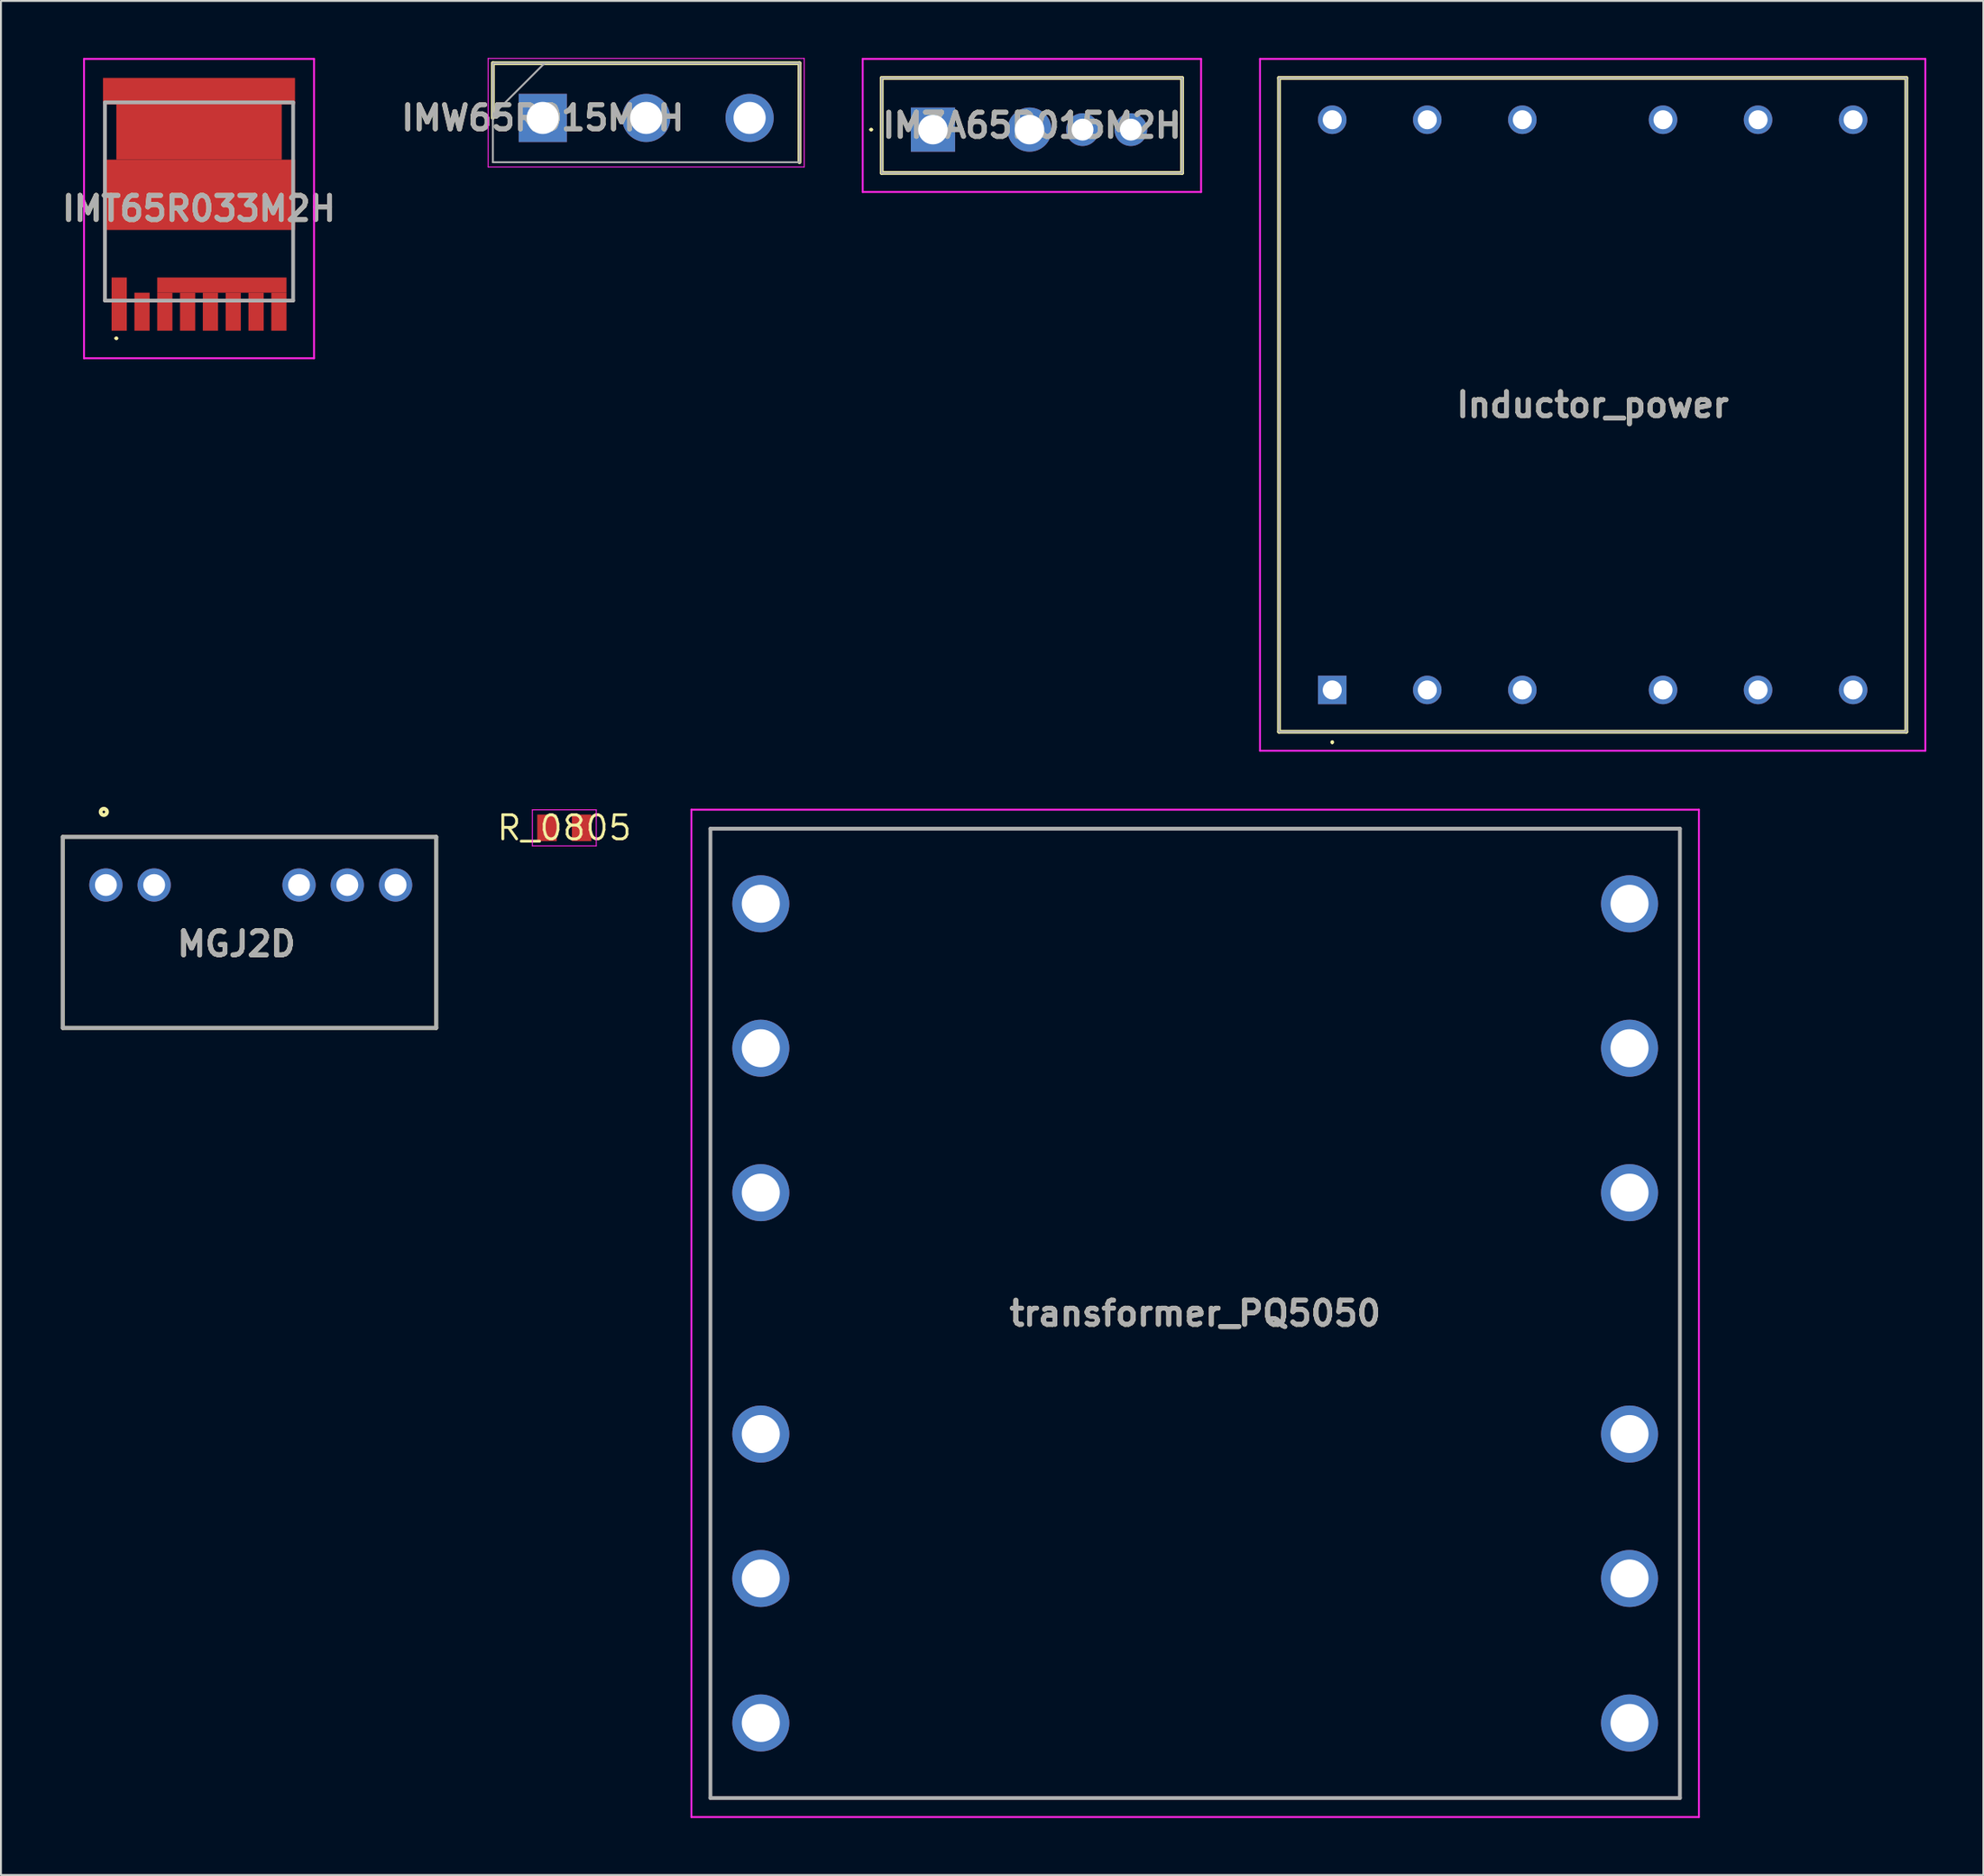
<source format=kicad_pcb>
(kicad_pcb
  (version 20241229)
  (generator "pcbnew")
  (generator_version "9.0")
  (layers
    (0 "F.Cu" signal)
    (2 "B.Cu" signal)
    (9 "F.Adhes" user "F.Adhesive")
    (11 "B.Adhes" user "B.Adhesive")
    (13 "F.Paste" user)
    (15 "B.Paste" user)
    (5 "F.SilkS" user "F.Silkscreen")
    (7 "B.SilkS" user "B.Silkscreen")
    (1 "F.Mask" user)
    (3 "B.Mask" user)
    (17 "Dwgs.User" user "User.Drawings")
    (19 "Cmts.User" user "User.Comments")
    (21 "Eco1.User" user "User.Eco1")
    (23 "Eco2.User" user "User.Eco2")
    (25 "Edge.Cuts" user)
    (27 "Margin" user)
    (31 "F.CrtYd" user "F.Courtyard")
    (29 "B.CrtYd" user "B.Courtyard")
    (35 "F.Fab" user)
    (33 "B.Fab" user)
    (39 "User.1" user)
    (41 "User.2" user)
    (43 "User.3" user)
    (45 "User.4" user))
  (footprint "transformer_PQ5050"
    (layer "F.Cu")
    (at 36.972 44.5)
    (property "Reference" "transformer_PQ5050" (at 22.85 21.55 0) (layer "F.SilkS") (effects (font (size 1.27 1.27) (thickness 0.254))))
    (attr through_hole)
    (fp_line (start -2.65 -3.95) (end 48.35 -3.95) (stroke (width 0.1) (type solid)) (layer "F.SilkS"))
    (fp_line (start -2.65 47.05) (end -2.65 -3.95) (stroke (width 0.1) (type solid)) (layer "F.SilkS"))
    (fp_line (start 48.35 -3.95) (end 48.35 47.05) (stroke (width 0.1) (type solid)) (layer "F.SilkS"))
    (fp_line (start 48.35 47.05) (end -2.65 47.05) (stroke (width 0.1) (type solid)) (layer "F.SilkS"))
    (fp_line (start -3.65 -4.95) (end 49.35 -4.95) (stroke (width 0.1) (type solid)) (layer "F.CrtYd"))
    (fp_line (start -3.65 48.05) (end -3.65 -4.95) (stroke (width 0.1) (type solid)) (layer "F.CrtYd"))
    (fp_line (start 49.35 -4.95) (end 49.35 48.05) (stroke (width 0.1) (type solid)) (layer "F.CrtYd"))
    (fp_line (start 49.35 48.05) (end -3.65 48.05) (stroke (width 0.1) (type solid)) (layer "F.CrtYd"))
    (fp_line (start -2.65 -3.95) (end 48.35 -3.95) (stroke (width 0.2) (type solid)) (layer "F.Fab"))
    (fp_line (start -2.65 47.05) (end -2.65 -3.95) (stroke (width 0.2) (type solid)) (layer "F.Fab"))
    (fp_line (start 48.35 -3.95) (end 48.35 47.05) (stroke (width 0.2) (type solid)) (layer "F.Fab"))
    (fp_line (start 48.35 47.05) (end -2.65 47.05) (stroke (width 0.2) (type solid)) (layer "F.Fab"))
    (fp_text user "${REFERENCE}" (at 22.85 21.55 0) (layer "F.Fab") (effects (font (size 1.27 1.27) (thickness 0.254))))
    (pad "1" thru_hole circle (at 0 0) (size 3 3) (drill 2) (layers "*.Cu" "*.Mask"))
    (pad "2" thru_hole circle (at 0 7.6) (size 3 3) (drill 2) (layers "*.Cu" "*.Mask"))
    (pad "3" thru_hole circle (at 0 15.2) (size 3 3) (drill 2) (layers "*.Cu" "*.Mask"))
    (pad "4" thru_hole circle (at 0 27.9) (size 3 3) (drill 2) (layers "*.Cu" "*.Mask"))
    (pad "5" thru_hole circle (at 0 35.5) (size 3 3) (drill 2) (layers "*.Cu" "*.Mask"))
    (pad "6" thru_hole circle (at 0 43.1) (size 3 3) (drill 2) (layers "*.Cu" "*.Mask"))
    (pad "7" thru_hole circle (at 45.7 43.1) (size 3 3) (drill 2) (layers "*.Cu" "*.Mask"))
    (pad "8" thru_hole circle (at 45.7 35.5) (size 3 3) (drill 2) (layers "*.Cu" "*.Mask"))
    (pad "9" thru_hole circle (at 45.7 27.9) (size 3 3) (drill 2) (layers "*.Cu" "*.Mask"))
    (pad "10" thru_hole circle (at 45.7 15.2) (size 3 3) (drill 2) (layers "*.Cu" "*.Mask"))
    (pad "11" thru_hole circle (at 45.7 7.6) (size 3 3) (drill 2) (layers "*.Cu" "*.Mask"))
    (pad "12" thru_hole circle (at 45.7 0) (size 3 3) (drill 2) (layers "*.Cu" "*.Mask")))
  (footprint "Inductor_power"
    (layer "F.Cu")
    (at 67.033 33.25)
    (property "Reference" "Inductor_power" (at 13.7 -15 0) (layer "F.SilkS") (effects (font (size 1.27 1.27) (thickness 0.254))))
    (attr through_hole)
    (fp_line (start -2.8 -32.2) (end 30.2 -32.2) (stroke (width 0.2) (type solid)) (layer "F.SilkS"))
    (fp_line (start -2.8 2.2) (end -2.8 -32.2) (stroke (width 0.2) (type solid)) (layer "F.SilkS"))
    (fp_line (start 0 2.7) (end 0 2.7) (stroke (width 0.1) (type solid)) (layer "F.SilkS"))
    (fp_line (start 0 2.8) (end 0 2.8) (stroke (width 0.1) (type solid)) (layer "F.SilkS"))
    (fp_line (start 30.2 -32.2) (end 30.2 2.2) (stroke (width 0.2) (type solid)) (layer "F.SilkS"))
    (fp_line (start 30.2 2.2) (end -2.8 2.2) (stroke (width 0.2) (type solid)) (layer "F.SilkS"))
    (fp_arc (start 0 2.7) (mid 0.05 2.75) (end 0 2.8) (stroke (width 0.1) (type solid)) (layer "F.SilkS"))
    (fp_arc (start 0 2.8) (mid -0.05 2.75) (end 0 2.7) (stroke (width 0.1) (type solid)) (layer "F.SilkS"))
    (fp_line (start -3.8 -33.2) (end 31.2 -33.2) (stroke (width 0.1) (type solid)) (layer "F.CrtYd"))
    (fp_line (start -3.8 3.2) (end -3.8 -33.2) (stroke (width 0.1) (type solid)) (layer "F.CrtYd"))
    (fp_line (start 31.2 -33.2) (end 31.2 3.2) (stroke (width 0.1) (type solid)) (layer "F.CrtYd"))
    (fp_line (start 31.2 3.2) (end -3.8 3.2) (stroke (width 0.1) (type solid)) (layer "F.CrtYd"))
    (fp_line (start -2.8 -32.2) (end 30.2 -32.2) (stroke (width 0.1) (type solid)) (layer "F.Fab"))
    (fp_line (start -2.8 2.2) (end -2.8 -32.2) (stroke (width 0.1) (type solid)) (layer "F.Fab"))
    (fp_line (start 30.2 -32.2) (end 30.2 2.2) (stroke (width 0.1) (type solid)) (layer "F.Fab"))
    (fp_line (start 30.2 2.2) (end -2.8 2.2) (stroke (width 0.1) (type solid)) (layer "F.Fab"))
    (fp_text user "${REFERENCE}" (at 13.7 -15 0) (layer "F.Fab") (effects (font (size 1.27 1.27) (thickness 0.254))))
    (pad "1" thru_hole rect (at 0 0) (size 1.5 1.5) (drill 1) (layers "*.Cu" "*.Mask"))
    (pad "2" thru_hole circle (at 5 0) (size 1.5 1.5) (drill 1) (layers "*.Cu" "*.Mask"))
    (pad "3" thru_hole circle (at 10 0) (size 1.5 1.5) (drill 1) (layers "*.Cu" "*.Mask"))
    (pad "4" thru_hole circle (at 17.4 0) (size 1.5 1.5) (drill 1) (layers "*.Cu" "*.Mask"))
    (pad "5" thru_hole circle (at 22.4 0) (size 1.5 1.5) (drill 1) (layers "*.Cu" "*.Mask"))
    (pad "6" thru_hole circle (at 27.4 0) (size 1.5 1.5) (drill 1) (layers "*.Cu" "*.Mask"))
    (pad "7" thru_hole circle (at 27.4 -30) (size 1.5 1.5) (drill 1) (layers "*.Cu" "*.Mask"))
    (pad "8" thru_hole circle (at 22.4 -30) (size 1.5 1.5) (drill 1) (layers "*.Cu" "*.Mask"))
    (pad "9" thru_hole circle (at 17.4 -30) (size 1.5 1.5) (drill 1) (layers "*.Cu" "*.Mask"))
    (pad "10" thru_hole circle (at 10 -30) (size 1.5 1.5) (drill 1) (layers "*.Cu" "*.Mask"))
    (pad "11" thru_hole circle (at 5 -30) (size 1.5 1.5) (drill 1) (layers "*.Cu" "*.Mask"))
    (pad "12" thru_hole circle (at 0 -30) (size 1.5 1.5) (drill 1) (layers "*.Cu" "*.Mask")))
  (footprint "IMZA65R015M2H"
    (layer "F.Cu")
    (at 46.028 3.77)
    (property "Reference" "IMZA65R015M2H" (at 5.205 -0.22 0) (layer "F.SilkS") (effects (font (size 1.27 1.27) (thickness 0.254))))
    (attr through_hole)
    (fp_line (start -3.3 0) (end -3.3 0) (stroke (width 0.1) (type solid)) (layer "F.SilkS"))
    (fp_line (start -3.2 0) (end -3.2 0) (stroke (width 0.1) (type solid)) (layer "F.SilkS"))
    (fp_line (start -2.695 -2.72) (end 13.105 -2.72) (stroke (width 0.2) (type solid)) (layer "F.SilkS"))
    (fp_line (start -2.695 2.28) (end -2.695 -2.72) (stroke (width 0.2) (type solid)) (layer "F.SilkS"))
    (fp_line (start 13.105 -2.72) (end 13.105 2.28) (stroke (width 0.2) (type solid)) (layer "F.SilkS"))
    (fp_line (start 13.105 2.28) (end -2.695 2.28) (stroke (width 0.2) (type solid)) (layer "F.SilkS"))
    (fp_arc (start -3.3 0) (mid -3.25 -0.05) (end -3.2 0) (stroke (width 0.1) (type solid)) (layer "F.SilkS"))
    (fp_arc (start -3.2 0) (mid -3.25 0.05) (end -3.3 0) (stroke (width 0.1) (type solid)) (layer "F.SilkS"))
    (fp_line (start -3.695 -3.72) (end 14.105 -3.72) (stroke (width 0.1) (type solid)) (layer "F.CrtYd"))
    (fp_line (start -3.695 3.28) (end -3.695 -3.72) (stroke (width 0.1) (type solid)) (layer "F.CrtYd"))
    (fp_line (start 14.105 -3.72) (end 14.105 3.28) (stroke (width 0.1) (type solid)) (layer "F.CrtYd"))
    (fp_line (start 14.105 3.28) (end -3.695 3.28) (stroke (width 0.1) (type solid)) (layer "F.CrtYd"))
    (fp_line (start -2.695 -2.72) (end 13.105 -2.72) (stroke (width 0.1) (type solid)) (layer "F.Fab"))
    (fp_line (start -2.695 2.28) (end -2.695 -2.72) (stroke (width 0.1) (type solid)) (layer "F.Fab"))
    (fp_line (start 13.105 -2.72) (end 13.105 2.28) (stroke (width 0.1) (type solid)) (layer "F.Fab"))
    (fp_line (start 13.105 2.28) (end -2.695 2.28) (stroke (width 0.1) (type solid)) (layer "F.Fab"))
    (fp_text user "${REFERENCE}" (at 5.205 -0.22 0) (layer "F.Fab") (effects (font (size 1.27 1.27) (thickness 0.254))))
    (pad "1" thru_hole rect (at 0 0) (size 2.325 2.325) (drill 1.55) (layers "*.Cu" "*.Mask"))
    (pad "2" thru_hole circle (at 5.08 0) (size 2.325 2.325) (drill 1.55) (layers "*.Cu" "*.Mask"))
    (pad "3" thru_hole circle (at 7.87 0) (size 1.725 1.725) (drill 1.15) (layers "*.Cu" "*.Mask"))
    (pad "4" thru_hole circle (at 10.41 0) (size 1.725 1.725) (drill 1.15) (layers "*.Cu" "*.Mask")))
  (footprint "IMT65R033M2H"
    (layer "F.Cu")
    (at 7.42 7.925)
    (property "Reference" "IMT65R033M2H" (at 0 0 0) (layer "F.SilkS") (effects (font (size 1.27 1.27) (thickness 0.254))))
    (attr smd)
    (fp_line (start -4.95 -5.175) (end -4.95 -2.775) (stroke (width 0.1) (type solid)) (layer "F.SilkS"))
    (fp_line (start -4.95 1.425) (end -4.95 4.84) (stroke (width 0.1) (type solid)) (layer "F.SilkS"))
    (fp_line (start -4.4 6.825) (end -4.4 6.825) (stroke (width 0.1) (type solid)) (layer "F.SilkS"))
    (fp_line (start -4.3 6.825) (end -4.3 6.825) (stroke (width 0.1) (type solid)) (layer "F.SilkS"))
    (fp_line (start 4.95 -5.175) (end 4.95 -2.775) (stroke (width 0.1) (type solid)) (layer "F.SilkS"))
    (fp_line (start 4.95 1.425) (end 4.95 4.84) (stroke (width 0.1) (type solid)) (layer "F.SilkS"))
    (fp_arc (start -4.4 6.825) (mid -4.35 6.775) (end -4.3 6.825) (stroke (width 0.1) (type solid)) (layer "F.SilkS"))
    (fp_arc (start -4.3 6.825) (mid -4.35 6.875) (end -4.4 6.825) (stroke (width 0.1) (type solid)) (layer "F.SilkS"))
    (fp_line (start -6.05 -7.875) (end 6.05 -7.875) (stroke (width 0.1) (type solid)) (layer "F.CrtYd"))
    (fp_line (start -6.05 7.875) (end -6.05 -7.875) (stroke (width 0.1) (type solid)) (layer "F.CrtYd"))
    (fp_line (start 6.05 -7.875) (end 6.05 7.875) (stroke (width 0.1) (type solid)) (layer "F.CrtYd"))
    (fp_line (start 6.05 7.875) (end -6.05 7.875) (stroke (width 0.1) (type solid)) (layer "F.CrtYd"))
    (fp_line (start -4.95 -5.59) (end 4.95 -5.59) (stroke (width 0.2) (type solid)) (layer "F.Fab"))
    (fp_line (start -4.95 4.84) (end -4.95 -5.59) (stroke (width 0.2) (type solid)) (layer "F.Fab"))
    (fp_line (start 4.95 -5.59) (end 4.95 4.84) (stroke (width 0.2) (type solid)) (layer "F.Fab"))
    (fp_line (start 4.95 4.84) (end -4.95 4.84) (stroke (width 0.2) (type solid)) (layer "F.Fab"))
    (fp_text user "${REFERENCE}" (at 0 0 0) (layer "F.Fab") (effects (font (size 1.27 1.27) (thickness 0.254))))
    (pad "1" smd rect (at -4.2 5.025) (size 0.8 2.8) (layers "F.Cu" "F.Mask" "F.Paste"))
    (pad "2" smd rect (at -3 5.425) (size 0.8 2) (layers "F.Cu" "F.Mask" "F.Paste"))
    (pad "3" smd rect (at -1.8 5.425) (size 0.8 2) (layers "F.Cu" "F.Mask" "F.Paste"))
    (pad "4" smd rect (at -0.6 5.425) (size 0.8 2) (layers "F.Cu" "F.Mask" "F.Paste"))
    (pad "5" smd rect (at 0.6 5.425) (size 0.8 2) (layers "F.Cu" "F.Mask" "F.Paste"))
    (pad "6" smd rect (at 1.8 5.425) (size 0.8 2) (layers "F.Cu" "F.Mask" "F.Paste"))
    (pad "7" smd rect (at 3 5.425) (size 0.8 2) (layers "F.Cu" "F.Mask" "F.Paste"))
    (pad "8" smd rect (at 4.2 5.425) (size 0.8 2) (layers "F.Cu" "F.Mask" "F.Paste"))
    (pad "9" smd rect (at 1.2 4.025 90) (size 0.8 6.8) (layers "F.Cu" "F.Mask" "F.Paste"))
    (pad "10" smd rect (at 0 -0.725 90) (size 3.7 10.1) (layers "F.Cu" "F.Mask" "F.Paste"))
    (pad "11" smd rect (at 0 -4.025 90) (size 2.9 8.7) (layers "F.Cu" "F.Mask" "F.Paste"))
    (pad "12" smd rect (at 0 -6.175 90) (size 1.4 10.1) (layers "F.Cu" "F.Mask" "F.Paste")))
  (footprint "MGJ2D"
    (layer "F.Cu")
    (at 0.25 40.983)
    (property "Reference" "MGJ2D" (at 9.138 5.631 0) (layer "F.SilkS") (effects (font (size 1.27 1.27) (thickness 0.254))))
    (attr through_hole)
    (fp_line (start 0 0) (end 0 10.05) (stroke (width 0.2) (type solid)) (layer "F.SilkS"))
    (fp_line (start 0 10.05) (end 19.65 10.05) (stroke (width 0.2) (type solid)) (layer "F.SilkS"))
    (fp_line (start 19.65 0) (end 0 0) (stroke (width 0.2) (type solid)) (layer "F.SilkS"))
    (fp_line (start 19.65 10.05) (end 19.65 0) (stroke (width 0.2) (type solid)) (layer "F.SilkS"))
    (fp_circle (center 2.162 -1.316) (end 2.162 -1.249) (stroke (width 0.2) (type solid)) (fill no) (layer "F.SilkS"))
    (fp_line (start 0 0) (end 19.65 0) (stroke (width 0.2) (type solid)) (layer "F.Fab"))
    (fp_line (start 0 10.05) (end 0 0) (stroke (width 0.2) (type solid)) (layer "F.Fab"))
    (fp_line (start 19.65 0) (end 19.65 10.05) (stroke (width 0.2) (type solid)) (layer "F.Fab"))
    (fp_line (start 19.65 10.05) (end 0 10.05) (stroke (width 0.2) (type solid)) (layer "F.Fab"))
    (fp_text user "${REFERENCE}" (at 9.138 5.631 0) (layer "F.Fab") (effects (font (size 1.27 1.27) (thickness 0.254))))
    (pad "1" thru_hole circle (at 2.27 2.53) (size 1.75 1.75) (drill 1.15) (layers "*.Cu" "*.Mask"))
    (pad "2" thru_hole circle (at 4.81 2.53) (size 1.75 1.75) (drill 1.15) (layers "*.Cu" "*.Mask"))
    (pad "5" thru_hole circle (at 12.43 2.53) (size 1.75 1.75) (drill 1.15) (layers "*.Cu" "*.Mask"))
    (pad "6" thru_hole circle (at 14.97 2.53) (size 1.75 1.75) (drill 1.15) (layers "*.Cu" "*.Mask"))
    (pad "7" thru_hole circle (at 17.51 2.53) (size 1.75 1.75) (drill 1.15) (layers "*.Cu" "*.Mask")))
  (footprint "IMW65R015M2H"
    (layer "F.Cu")
    (at 25.503 3.155)
    (property "Reference" "IMW65R015M2H" (at 0 0 0) (layer "F.SilkS") (effects (font (size 1.27 1.27) (thickness 0.254))))
    (attr through_hole)
    (fp_line (start -2.625 -2.88) (end -2.625 0) (stroke (width 0.2) (type solid)) (layer "F.SilkS"))
    (fp_line (start 13.505 -2.88) (end -2.625 -2.88) (stroke (width 0.2) (type solid)) (layer "F.SilkS"))
    (fp_line (start 13.505 2.33) (end 13.505 -2.88) (stroke (width 0.2) (type solid)) (layer "F.SilkS"))
    (fp_line (start -2.875 -3.13) (end 13.755 -3.13) (stroke (width 0.05) (type solid)) (layer "F.CrtYd"))
    (fp_line (start -2.875 2.58) (end -2.875 -3.13) (stroke (width 0.05) (type solid)) (layer "F.CrtYd"))
    (fp_line (start 13.755 -3.13) (end 13.755 2.58) (stroke (width 0.05) (type solid)) (layer "F.CrtYd"))
    (fp_line (start 13.755 2.58) (end -2.875 2.58) (stroke (width 0.05) (type solid)) (layer "F.CrtYd"))
    (fp_line (start -2.625 -2.88) (end 13.505 -2.88) (stroke (width 0.1) (type solid)) (layer "F.Fab"))
    (fp_line (start -2.625 -0.16) (end 0.095 -2.88) (stroke (width 0.1) (type solid)) (layer "F.Fab"))
    (fp_line (start -2.625 2.33) (end -2.625 -2.88) (stroke (width 0.1) (type solid)) (layer "F.Fab"))
    (fp_line (start 13.505 -2.88) (end 13.505 2.33) (stroke (width 0.1) (type solid)) (layer "F.Fab"))
    (fp_line (start 13.505 2.33) (end -2.625 2.33) (stroke (width 0.1) (type solid)) (layer "F.Fab"))
    (fp_text user "${REFERENCE}" (at 0 0 0) (layer "F.Fab") (effects (font (size 1.27 1.27) (thickness 0.254))))
    (pad "1" thru_hole rect (at 0 0) (size 2.535 2.535) (drill 1.69) (layers "*.Cu" "*.Mask"))
    (pad "2" thru_hole circle (at 5.44 0) (size 2.535 2.535) (drill 1.69) (layers "*.Cu" "*.Mask"))
    (pad "3" thru_hole circle (at 10.88 0) (size 2.535 2.535) (drill 1.69) (layers "*.Cu" "*.Mask")))
  (footprint "R_0805"
    (layer "F.Cu")
    (at 26.636 40.506)
    (property "Reference" "R_0805" (at 0 0 0) (layer "F.SilkS") (effects (font (size 1.27 1.27) (thickness 0.15))))
    (attr smd)
    (fp_line (start -1.68 -0.95) (end 1.68 -0.95) (stroke (width 0.05) (type solid)) (layer "F.CrtYd"))
    (fp_line (start -1.68 0.95) (end -1.68 -0.95) (stroke (width 0.05) (type solid)) (layer "F.CrtYd"))
    (fp_line (start 1.68 -0.95) (end 1.68 0.95) (stroke (width 0.05) (type solid)) (layer "F.CrtYd"))
    (fp_line (start 1.68 0.95) (end -1.68 0.95) (stroke (width 0.05) (type solid)) (layer "F.CrtYd"))
    (pad "1" smd rect (at -0.912 0) (size 1.025 1.4) (layers "F.Cu" "F.Mask" "F.Paste"))
    (pad "2" smd rect (at 0.912 0) (size 1.025 1.4) (layers "F.Cu" "F.Mask" "F.Paste")))
  (gr_rect
    (start -3 -3)
    (end 101.283 95.6)
    (stroke (width 0.1) (type default))
    (fill no)
    (layer "Edge.Cuts")))
</source>
